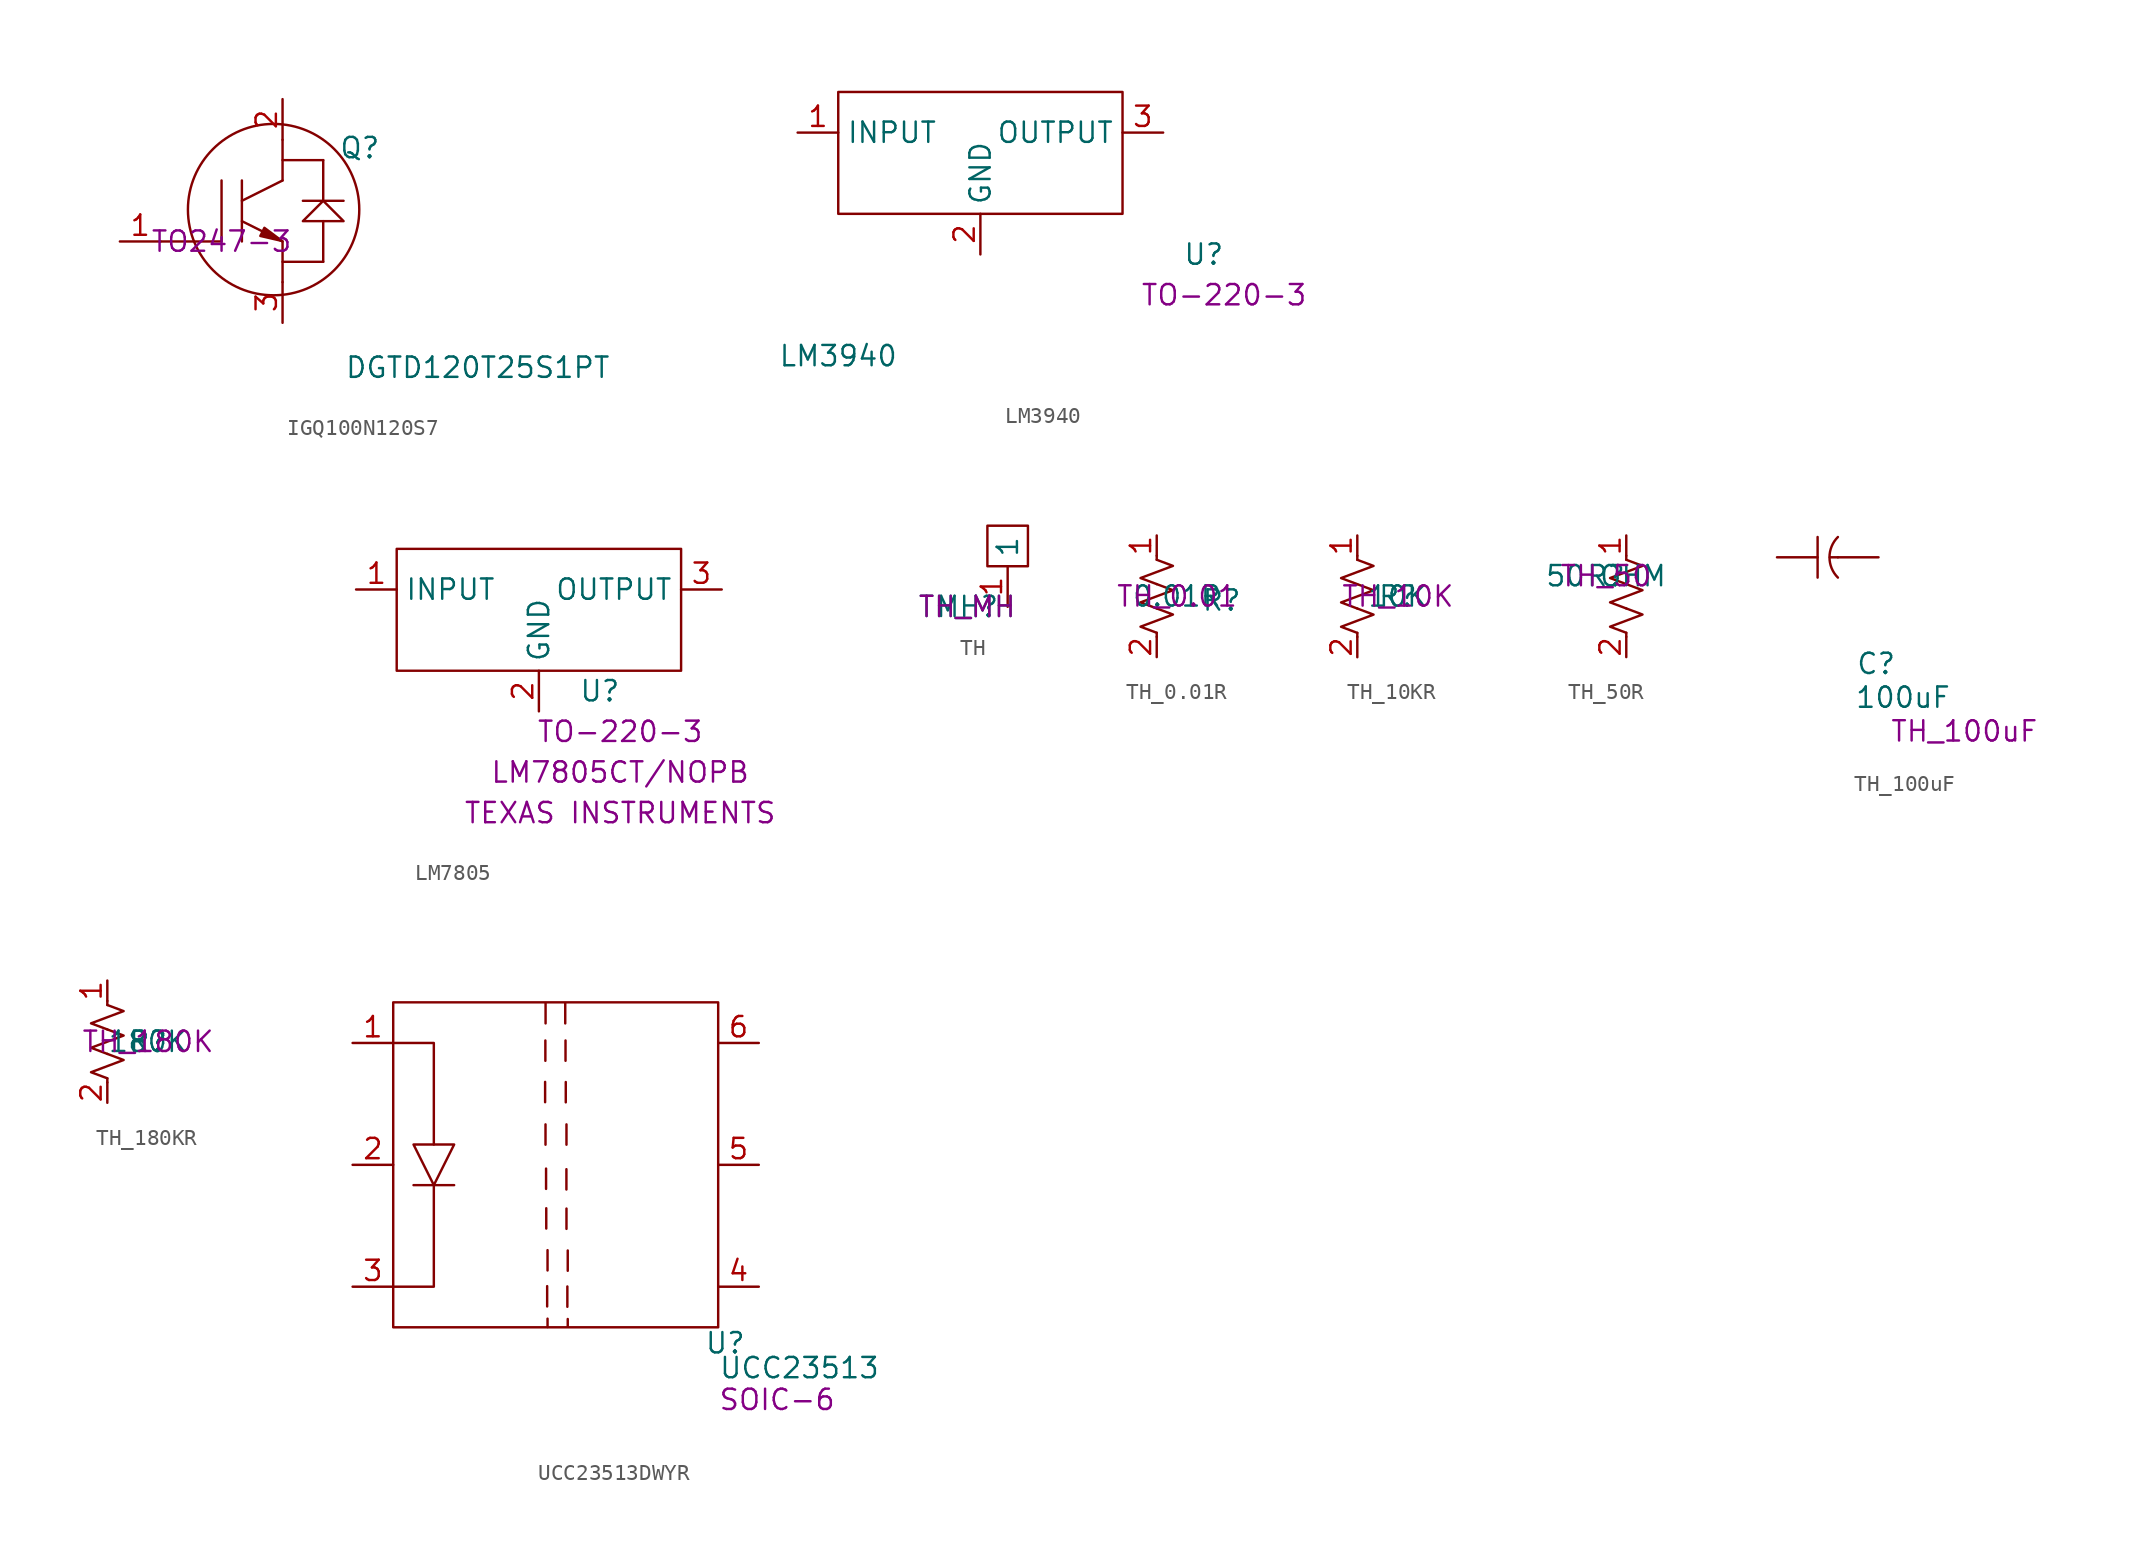
<source format=kicad_sym>
(kicad_symbol_lib
  (version 20241209)
  (generator "kicad_symbol_editor")
  (generator_version "9.0")
  (symbol "IGQ100N120S7"
    (pin_names
      (hide yes))
    (property "Reference" "Q"
      (at 8.636 5.842 0)
      (effects (font (size 1.27 1.27))))
    (property "Value" "DGTD120T25S1PT"
      (at 16.002 -7.874 0)
      (effects (font (size 1.27 1.27))))
    (property "PCB footprint" "TO247-3"
      (at 0 0 0)
      (effects (font (size 1.27 1.27))))
    (symbol "IGQ100N120S7_0_1"
      (polyline (pts (xy 0 3.81) (xy 0 0) (xy -3.81 0)) (stroke (width 0) (type default)) (fill (type none)))
      (polyline (pts (xy 1.27 3.81) (xy 1.27 0)) (stroke (width 0) (type default)) (fill (type none)))
      (polyline (pts (xy 1.27 2.54) (xy 3.81 3.81)) (stroke (width 0) (type default)) (fill (type none)))
      (polyline (pts (xy 1.27 1.27) (xy 3.81 0)) (stroke (width 0) (type default)) (fill (type none)))
      (polyline (pts (xy 2.422 0.345) (xy 2.676 0.853) (xy 3.775 0.032) (xy 2.422 0.345)) (stroke (width 0) (type default)) (fill (type outline)))
      (circle (center 3.251 1.99) (radius 5.351) (stroke (width 0) (type default)) (fill (type none)))
      (polyline (pts (xy 3.81 6.35) (xy 3.81 3.81)) (stroke (width 0) (type default)) (fill (type none)))
      (polyline (pts (xy 3.81 5.08) (xy 6.35 5.08)) (stroke (width 0) (type default)) (fill (type none)))
      (polyline (pts (xy 3.81 0) (xy 3.81 -2.54)) (stroke (width 0) (type default)) (fill (type none)))
      (polyline (pts (xy 3.81 -1.27) (xy 6.35 -1.27)) (stroke (width 0) (type default)) (fill (type none)))
      (polyline (pts (xy 6.35 2.54) (xy 6.35 5.08)) (stroke (width 0) (type default)) (fill (type none)))
      (polyline (pts (xy 6.35 -1.27) (xy 6.35 1.27)) (stroke (width 0) (type default)) (fill (type none))))
    (symbol "IGQ100N120S7_1_1"
      (polyline (pts (xy 6.35 2.54) (xy 5.08 1.27) (xy 6.35 1.27) (xy 7.62 1.27) (xy 6.35 2.54) (xy 5.08 2.54) (xy 7.62 2.54)) (stroke (width 0) (type solid)) (fill (type color) (color 0 0 0 0)))
      (pin input line (at -6.35 0 0) (length 2.54) (name "GATE" (effects (font (size 1.27 1.27)))) (number "1" (effects (font (size 1.27 1.27)))))
      (pin input line (at 3.81 8.89 270) (length 2.54) (name "COLLECTOR" (effects (font (size 1.27 1.27)))) (number "2" (effects (font (size 1.27 1.27)))))
      (pin input line (at 3.81 -5.08 90) (length 2.54) (name "EMITTER" (effects (font (size 1.27 1.27)))) (number "3" (effects (font (size 1.27 1.27)))))))
  (symbol "LM3940"
    (property "Reference" "U"
      (at 16.51 -2.54 0)
      (effects (font (size 1.27 1.27))))
    (property "Value" "LM3940"
      (at -6.35 -8.89 0)
      (effects (font (size 1.27 1.27))))
    (property "PCB footprint" "TO-220-3"
      (at 17.78 -5.08 0)
      (effects (font (size 1.27 1.27))))
    (symbol "LM3940_0_1"
      (rectangle (start -6.35 7.62) (end 11.43 0) (stroke (width 0) (type default)) (fill (type none))))
    (symbol "LM3940_1_1"
      (pin input line (at -8.89 5.08 0) (length 2.54) (name "INPUT" (effects (font (size 1.27 1.27)))) (number "1" (effects (font (size 1.27 1.27)))))
      (pin bidirectional line (at 2.54 -2.54 90) (length 2.54) (name "GND" (effects (font (size 1.27 1.27)))) (number "2" (effects (font (size 1.27 1.27)))))
      (pin output line (at 13.97 5.08 180) (length 2.54) (name "OUTPUT" (effects (font (size 1.27 1.27)))) (number "3" (effects (font (size 1.27 1.27)))))))
  (symbol "LM7805"
    (property "Reference" "U"
      (at 25.4 -8.89 0)
      (effects (font (size 1.27 1.27))))
    (property "Value" ""
      (at -3.81 -7.62 0)
      (effects (font (size 1.27 1.27))))
    (property "Manufacturer" "TEXAS INSTRUMENTS"
      (at 26.67 -16.51 0)
      (effects (font (size 1.27 1.27))))
    (property "Manufacturer PN" "LM7805CT/NOPB"
      (at 26.67 -13.97 0)
      (effects (font (size 1.27 1.27))))
    (property "PCB footprint" "TO-220-3"
      (at 26.67 -11.43 0)
      (effects (font (size 1.27 1.27))))
    (property "Specification" ""
      (at 0 0 0)
      (effects (font (size 1.27 1.27))))
    (symbol "LM7805_0_1"
      (rectangle (start 12.7 0) (end 30.48 -7.62) (stroke (width 0) (type default)) (fill (type none))))
    (symbol "LM7805_1_1"
      (pin input line (at 10.16 -2.54 0) (length 2.54) (name "INPUT" (effects (font (size 1.27 1.27)))) (number "1" (effects (font (size 1.27 1.27)))))
      (pin bidirectional line (at 21.59 -10.16 90) (length 2.54) (name "GND" (effects (font (size 1.27 1.27)))) (number "2" (effects (font (size 1.27 1.27)))))
      (pin output line (at 33.02 -2.54 180) (length 2.54) (name "OUTPUT" (effects (font (size 1.27 1.27)))) (number "3" (effects (font (size 1.27 1.27)))))))
  (symbol "TH"
    (property "Reference" "MH"
      (at 0 0 0)
      (effects (font (size 1.27 1.27))))
    (property "Value" "TH_MH"
      (at 0 0 0)
      (effects (font (size 1.27 1.27))))
    (property "PCB footprint" "TH_MH"
      (at 0 0 0)
      (effects (font (size 1.27 1.27))))
    (symbol "TH_0_1"
      (rectangle (start 1.27 5.08) (end 3.81 2.54) (stroke (width 0) (type default)) (fill (type none))))
    (symbol "TH_1_1"
      (pin passive line (at 2.54 0 90) (length 2.54) (name "1" (effects (font (size 1.27 1.27)))) (number "1" (effects (font (size 1.27 1.27)))))))
  (symbol "TH_0.01R"
    (property "Reference" "R"
      (at 2.794 -0.254 0)
      (effects (font (size 1.27 1.27))))
    (property "Value" "0.01R"
      (at 0 0 0)
      (effects (font (size 1.27 1.27))))
    (property "PCB footprint" "TH_0.01"
      (at 0 0 0)
      (effects (font (size 1.27 1.27))))
    (symbol "TH_0.01R_0_1"
      (polyline (pts (xy -1.27 2.286) (xy -1.27 2.54)) (stroke (width 0) (type default)) (fill (type none)))
      (polyline (pts (xy -1.27 2.286) (xy -0.254 1.905) (xy -1.27 1.524) (xy -2.286 1.143) (xy -1.27 0.762)) (stroke (width 0) (type default)) (fill (type none)))
      (polyline (pts (xy -1.27 0.762) (xy -0.254 0.381) (xy -1.27 0) (xy -2.286 -0.381) (xy -1.27 -0.762)) (stroke (width 0) (type default)) (fill (type none)))
      (polyline (pts (xy -1.27 -0.762) (xy -0.254 -1.143) (xy -1.27 -1.524) (xy -2.286 -1.905) (xy -1.27 -2.286)) (stroke (width 0) (type default)) (fill (type none)))
      (polyline (pts (xy -1.27 -2.286) (xy -1.27 -2.54)) (stroke (width 0) (type default)) (fill (type none))))
    (symbol "TH_0.01R_1_1"
      (pin passive line (at -1.27 3.81 270) (length 1.27) (name "~" (effects (font (size 1.27 1.27)))) (number "1" (effects (font (size 1.27 1.27)))))
      (pin passive line (at -1.27 -3.81 90) (length 1.27) (name "~" (effects (font (size 1.27 1.27)))) (number "2" (effects (font (size 1.27 1.27)))))))
  (symbol "TH_10KR"
    (pin_names
      (hide yes))
    (property "Reference" "R"
      (at 0 0 0)
      (effects (font (size 1.27 1.27))))
    (property "Value" "10K"
      (at 0 0 0)
      (effects (font (size 1.27 1.27))))
    (property "PCB footprint" "TH_10K"
      (at 0 0 0)
      (effects (font (size 1.27 1.27))))
    (symbol "TH_10KR_0_1"
      (polyline (pts (xy -2.54 2.286) (xy -2.54 2.54)) (stroke (width 0) (type default)) (fill (type none)))
      (polyline (pts (xy -2.54 2.286) (xy -1.524 1.905) (xy -2.54 1.524) (xy -3.556 1.143) (xy -2.54 0.762)) (stroke (width 0) (type default)) (fill (type none)))
      (polyline (pts (xy -2.54 0.762) (xy -1.524 0.381) (xy -2.54 0) (xy -3.556 -0.381) (xy -2.54 -0.762)) (stroke (width 0) (type default)) (fill (type none)))
      (polyline (pts (xy -2.54 -0.762) (xy -1.524 -1.143) (xy -2.54 -1.524) (xy -3.556 -1.905) (xy -2.54 -2.286)) (stroke (width 0) (type default)) (fill (type none)))
      (polyline (pts (xy -2.54 -2.286) (xy -2.54 -2.54)) (stroke (width 0) (type default)) (fill (type none))))
    (symbol "TH_10KR_1_1"
      (pin passive line (at -2.54 3.81 270) (length 1.27) (name "~" (effects (font (size 1.27 1.27)))) (number "1" (effects (font (size 1.27 1.27)))))
      (pin passive line (at -2.54 -3.81 90) (length 1.27) (name "~" (effects (font (size 1.27 1.27)))) (number "2" (effects (font (size 1.27 1.27)))))))
  (symbol "TH_50R"
    (pin_names
      (hide yes))
    (property "Reference" "R"
      (at 0 0 0)
      (effects (font (size 1.27 1.27))))
    (property "Value" "50 OHM"
      (at 0 0 0)
      (effects (font (size 1.27 1.27))))
    (property "PCB footprint" "TH_50"
      (at 0 0 0)
      (effects (font (size 1.27 1.27))))
    (symbol "TH_50R_0_1"
      (polyline (pts (xy 1.27 1.016) (xy 1.27 1.27)) (stroke (width 0) (type default)) (fill (type none)))
      (polyline (pts (xy 1.27 1.016) (xy 2.286 0.635) (xy 1.27 0.254) (xy 0.254 -0.127) (xy 1.27 -0.508)) (stroke (width 0) (type default)) (fill (type none)))
      (polyline (pts (xy 1.27 -0.508) (xy 2.286 -0.889) (xy 1.27 -1.27) (xy 0.254 -1.651) (xy 1.27 -2.032)) (stroke (width 0) (type default)) (fill (type none)))
      (polyline (pts (xy 1.27 -2.032) (xy 2.286 -2.413) (xy 1.27 -2.794) (xy 0.254 -3.175) (xy 1.27 -3.556)) (stroke (width 0) (type default)) (fill (type none)))
      (polyline (pts (xy 1.27 -3.556) (xy 1.27 -3.81)) (stroke (width 0) (type default)) (fill (type none))))
    (symbol "TH_50R_1_1"
      (pin passive line (at 1.27 2.54 270) (length 1.27) (name "~" (effects (font (size 1.27 1.27)))) (number "1" (effects (font (size 1.27 1.27)))))
      (pin passive line (at 1.27 -5.08 90) (length 1.27) (name "~" (effects (font (size 1.27 1.27)))) (number "2" (effects (font (size 1.27 1.27)))))))
  (symbol "TH_100uF"
    (pin_numbers
      (hide yes))
    (pin_names
      (hide yes))
    (property "Reference" "C"
      (at -3.96 -14.278 0)
      (effects (font (size 1.27 1.27))))
    (property "Value" "100uF"
      (at -2.28 -16.389 0)
      (effects (font (size 1.27 1.27))))
    (property "PCB footprint" "TH_100uF"
      (at 1.558 -18.5 0)
      (effects (font (size 1.27 1.27))))
    (symbol "TH_100uF_0_1"
      (polyline (pts (xy -7.62 -6.35) (xy -7.62 -8.89)) (stroke (width 0) (type default)) (fill (type none)))
      (polyline (pts (xy -6.35 -7.62) (xy -6.852 -7.62) (xy -6.852 -7.614)) (stroke (width 0) (type default)) (fill (type none)))
      (arc (start -6.35 -8.89) (mid -6.8761 -7.62) (end -6.35 -6.35) (stroke (width 0) (type default)) (fill (type none))))
    (symbol "TH_100uF_1_1"
      (pin input line (at -10.16 -7.62 0) (length 2.54) (name "1" (effects (font (size 1.27 1.27)))) (number "1" (effects (font (size 1.27 1.27)))))
      (pin output line (at -3.81 -7.62 180) (length 2.54) (name "2" (effects (font (size 1.27 1.27)))) (number "2" (effects (font (size 1.27 1.27)))))))
  (symbol "TH_180KR"
    (pin_names
      (hide yes))
    (property "Reference" "R"
      (at 0 0 0)
      (effects (font (size 1.27 1.27))))
    (property "Value" "180K"
      (at 0 0 0)
      (effects (font (size 1.27 1.27))))
    (property "PCB footprint" "TH_180K"
      (at 0 0 0)
      (effects (font (size 1.27 1.27))))
    (symbol "TH_180KR_0_1"
      (polyline (pts (xy -2.54 2.286) (xy -2.54 2.54)) (stroke (width 0) (type default)) (fill (type none)))
      (polyline (pts (xy -2.54 2.286) (xy -1.524 1.905) (xy -2.54 1.524) (xy -3.556 1.143) (xy -2.54 0.762)) (stroke (width 0) (type default)) (fill (type none)))
      (polyline (pts (xy -2.54 0.762) (xy -1.524 0.381) (xy -2.54 0) (xy -3.556 -0.381) (xy -2.54 -0.762)) (stroke (width 0) (type default)) (fill (type none)))
      (polyline (pts (xy -2.54 -0.762) (xy -1.524 -1.143) (xy -2.54 -1.524) (xy -3.556 -1.905) (xy -2.54 -2.286)) (stroke (width 0) (type default)) (fill (type none)))
      (polyline (pts (xy -2.54 -2.286) (xy -2.54 -2.54)) (stroke (width 0) (type default)) (fill (type none))))
    (symbol "TH_180KR_1_1"
      (pin passive line (at -2.54 3.81 270) (length 1.27) (name "~" (effects (font (size 1.27 1.27)))) (number "1" (effects (font (size 1.27 1.27)))))
      (pin passive line (at -2.54 -3.81 90) (length 1.27) (name "~" (effects (font (size 1.27 1.27)))) (number "2" (effects (font (size 1.27 1.27)))))))
  (symbol "UCC23513DWYR"
    (property "Reference" "U"
      (at 10.603 -11.147 0)
      (effects (font (size 1.27 1.27))))
    (property "Value" "UCC23513"
      (at 15.24 -12.7 0)
      (effects (font (size 1.27 1.27))))
    (property "PCB footprint" "SOIC-6"
      (at 13.847 -14.687 0)
      (effects (font (size 1.27 1.27))))
    (symbol "UCC23513DWYR_0_1"
      (polyline (pts (xy -10.16 7.62) (xy -7.62 7.62) (xy -7.62 1.27)) (stroke (width 0) (type default)) (fill (type none)))
      (polyline (pts (xy -8.89 1.27) (xy -6.35 1.27) (xy -7.62 -1.27) (xy -8.89 1.27)) (stroke (width 0) (type default)) (fill (type none)))
      (polyline (pts (xy -8.89 -1.27) (xy -6.35 -1.27)) (stroke (width 0) (type default)) (fill (type none)))
      (polyline (pts (xy -7.62 -1.27) (xy -7.62 -7.62) (xy -10.16 -7.62)) (stroke (width 0) (type default)) (fill (type none)))
      (polyline (pts (xy -0.662 5.186) (xy -0.662 3.916)) (stroke (width 0) (type default)) (fill (type none)))
      (polyline (pts (xy -0.646 7.775) (xy -0.646 6.505)) (stroke (width 0) (type default)) (fill (type none)))
      (polyline (pts (xy -0.637 2.529) (xy -0.637 1.259)) (stroke (width 0) (type default)) (fill (type none)))
      (polyline (pts (xy -0.633 10.114) (xy -0.633 8.844)) (stroke (width 0) (type default)) (fill (type none)))
      (polyline (pts (xy -0.602 -0.235) (xy -0.602 -1.505)) (stroke (width 0) (type default)) (fill (type none)))
      (polyline (pts (xy -0.59 -2.715) (xy -0.59 -3.985)) (stroke (width 0) (type default)) (fill (type none)))
      (polyline (pts (xy -0.534 -7.586) (xy -0.534 -8.856)) (stroke (width 0) (type default)) (fill (type none)))
      (polyline (pts (xy -0.51 -5.335) (xy -0.51 -6.605)) (stroke (width 0) (type default)) (fill (type none)))
      (polyline (pts (xy -0.51 -9.62) (xy -0.509 -10.146)) (stroke (width 0) (type default)) (fill (type none)))
      (polyline (pts (xy 0.597 8.842) (xy 0.597 10.112)) (stroke (width 0) (type default)) (fill (type none)))
      (polyline (pts (xy 0.614 6.506) (xy 0.614 7.776)) (stroke (width 0) (type default)) (fill (type none)))
      (polyline (pts (xy 0.63 3.907) (xy 0.63 5.177)) (stroke (width 0) (type default)) (fill (type none)))
      (polyline (pts (xy 0.67 -1.543) (xy 0.67 -0.273)) (stroke (width 0) (type default)) (fill (type none)))
      (polyline (pts (xy 0.674 -4.005) (xy 0.674 -2.735)) (stroke (width 0) (type default)) (fill (type none)))
      (polyline (pts (xy 0.674 1.259) (xy 0.674 2.529)) (stroke (width 0) (type default)) (fill (type none)))
      (polyline (pts (xy 0.729 -8.877) (xy 0.729 -7.607)) (stroke (width 0) (type default)) (fill (type none)))
      (polyline (pts (xy 0.753 -10.124) (xy 0.753 -9.64)) (stroke (width 0) (type default)) (fill (type none)))
      (polyline (pts (xy 0.753 -6.625) (xy 0.753 -5.356)) (stroke (width 0) (type default)) (fill (type none))))
    (symbol "UCC23513DWYR_1_1"
      (rectangle (start -10.16 10.16) (end 10.16 -10.16) (stroke (width 0) (type default)) (fill (type none)))
      (pin power_in line (at -12.7 7.62 0) (length 2.54) (name "" (effects (font (size 1.27 1.27)))) (number "1" (effects (font (size 1.27 1.27)))))
      (pin power_in line (at -12.7 0 0) (length 2.54) (name "" (effects (font (size 1.27 1.27)))) (number "2" (effects (font (size 1.27 1.27)))))
      (pin power_out line (at -12.7 -7.62 0) (length 2.54) (name "" (effects (font (size 1.27 1.27)))) (number "3" (effects (font (size 1.27 1.27)))))
      (pin power_out line (at 12.7 7.62 180) (length 2.54) (name "" (effects (font (size 1.27 1.27)))) (number "6" (effects (font (size 1.27 1.27)))))
      (pin power_out line (at 12.7 0 180) (length 2.54) (name "" (effects (font (size 1.27 1.27)))) (number "5" (effects (font (size 1.27 1.27)))))
      (pin power_out line (at 12.7 -7.62 180) (length 2.54) (name "" (effects (font (size 1.27 1.27)))) (number "4" (effects (font (size 1.27 1.27))))))))
</source>
